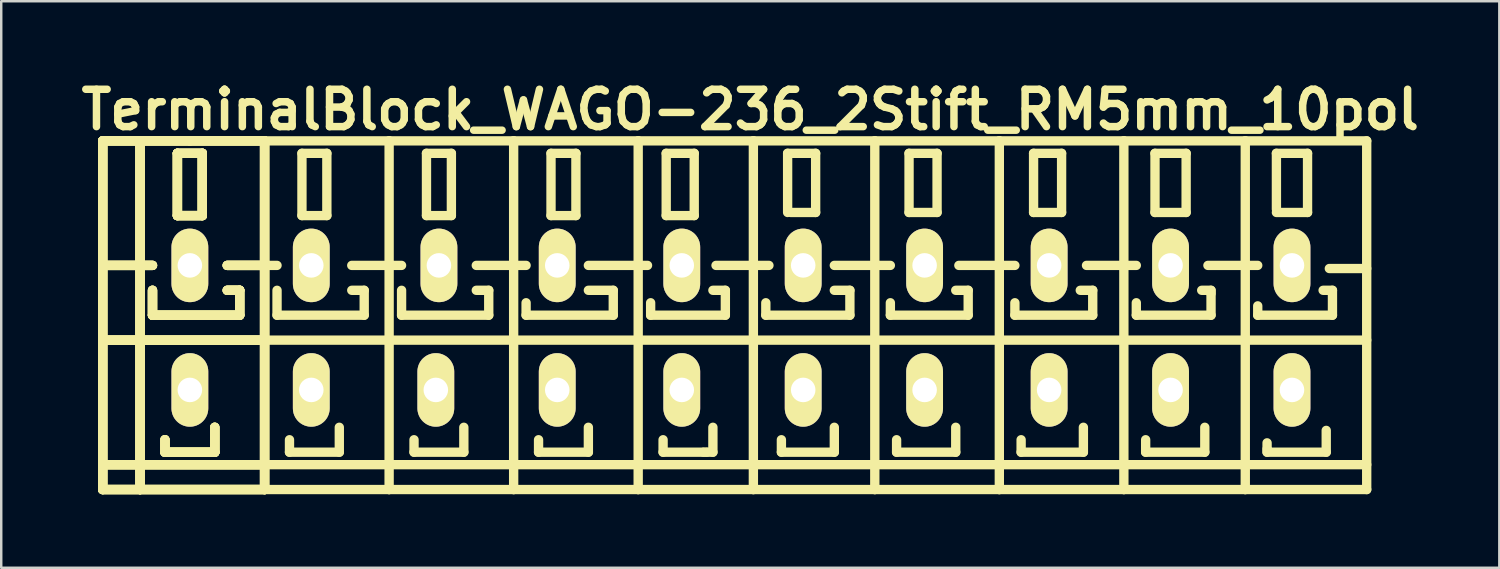
<source format=kicad_pcb>
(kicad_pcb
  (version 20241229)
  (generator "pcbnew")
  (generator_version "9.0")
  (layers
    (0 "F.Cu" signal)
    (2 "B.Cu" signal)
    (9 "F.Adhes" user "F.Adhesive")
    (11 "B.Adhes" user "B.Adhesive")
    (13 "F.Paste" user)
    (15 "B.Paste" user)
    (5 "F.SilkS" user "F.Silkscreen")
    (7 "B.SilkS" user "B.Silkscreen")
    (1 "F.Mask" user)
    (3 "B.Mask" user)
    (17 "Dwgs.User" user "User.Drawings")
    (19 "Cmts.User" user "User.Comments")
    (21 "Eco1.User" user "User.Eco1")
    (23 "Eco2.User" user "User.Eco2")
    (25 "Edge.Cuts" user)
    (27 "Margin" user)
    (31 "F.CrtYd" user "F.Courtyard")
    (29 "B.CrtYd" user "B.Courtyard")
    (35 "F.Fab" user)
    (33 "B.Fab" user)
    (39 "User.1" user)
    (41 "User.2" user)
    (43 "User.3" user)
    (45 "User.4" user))
  (footprint "TerminalBlock_WAGO-236_2Stift_RM5mm_10pol"
    (layer "F.Cu")
    (at 27.555 10.316)
    (property "Reference" "TerminalBlock_WAGO-236_2Stift_RM5mm_10pol" (at 0 -8.89 0) (layer "F.SilkS") (effects (font (size 1.524 1.524) (thickness 0.305))))
    (attr through_hole)
    (fp_line (start -26.416 -7.62) (end -24.892 -7.62) (stroke (width 0.381) (type solid)) (layer "F.SilkS"))
    (fp_line (start -26.416 -7.62) (end -24.892 -7.62) (stroke (width 0.381) (type solid)) (layer "F.SilkS"))
    (fp_line (start -26.416 -7.62) (end -24.892 -7.62) (stroke (width 0.381) (type solid)) (layer "F.SilkS"))
    (fp_line (start -26.416 -7.62) (end -24.892 -7.62) (stroke (width 0.381) (type solid)) (layer "F.SilkS"))
    (fp_line (start -26.416 -2.54) (end -24.384 -2.54) (stroke (width 0.381) (type solid)) (layer "F.SilkS"))
    (fp_line (start -26.416 -2.54) (end -24.384 -2.54) (stroke (width 0.381) (type solid)) (layer "F.SilkS"))
    (fp_line (start -26.416 -2.54) (end -24.384 -2.54) (stroke (width 0.381) (type solid)) (layer "F.SilkS"))
    (fp_line (start -26.416 -2.54) (end -24.384 -2.54) (stroke (width 0.381) (type solid)) (layer "F.SilkS"))
    (fp_line (start -26.416 0.508) (end -19.812 0.508) (stroke (width 0.381) (type solid)) (layer "F.SilkS"))
    (fp_line (start -26.416 0.508) (end -19.812 0.508) (stroke (width 0.381) (type solid)) (layer "F.SilkS"))
    (fp_line (start -26.416 0.508) (end -19.812 0.508) (stroke (width 0.381) (type solid)) (layer "F.SilkS"))
    (fp_line (start -26.416 0.508) (end -19.812 0.508) (stroke (width 0.381) (type solid)) (layer "F.SilkS"))
    (fp_line (start -26.416 5.588) (end -19.812 5.588) (stroke (width 0.381) (type solid)) (layer "F.SilkS"))
    (fp_line (start -26.416 5.588) (end -19.812 5.588) (stroke (width 0.381) (type solid)) (layer "F.SilkS"))
    (fp_line (start -26.416 5.588) (end -19.812 5.588) (stroke (width 0.381) (type solid)) (layer "F.SilkS"))
    (fp_line (start -26.416 5.588) (end -19.812 5.588) (stroke (width 0.381) (type solid)) (layer "F.SilkS"))
    (fp_line (start -26.416 6.604) (end -26.416 -7.62) (stroke (width 0.381) (type solid)) (layer "F.SilkS"))
    (fp_line (start -26.416 6.604) (end -26.416 -7.62) (stroke (width 0.381) (type solid)) (layer "F.SilkS"))
    (fp_line (start -26.416 6.604) (end -26.416 -7.62) (stroke (width 0.381) (type solid)) (layer "F.SilkS"))
    (fp_line (start -26.416 6.604) (end -26.416 -7.62) (stroke (width 0.381) (type solid)) (layer "F.SilkS"))
    (fp_line (start -24.892 -7.62) (end -22.86 -7.62) (stroke (width 0.381) (type solid)) (layer "F.SilkS"))
    (fp_line (start -24.892 -7.62) (end -22.86 -7.62) (stroke (width 0.381) (type solid)) (layer "F.SilkS"))
    (fp_line (start -24.892 -7.62) (end -22.86 -7.62) (stroke (width 0.381) (type solid)) (layer "F.SilkS"))
    (fp_line (start -24.892 -7.62) (end -22.86 -7.62) (stroke (width 0.381) (type solid)) (layer "F.SilkS"))
    (fp_line (start -24.892 6.604) (end -26.416 6.604) (stroke (width 0.381) (type solid)) (layer "F.SilkS"))
    (fp_line (start -24.892 6.604) (end -26.416 6.604) (stroke (width 0.381) (type solid)) (layer "F.SilkS"))
    (fp_line (start -24.892 6.604) (end -26.416 6.604) (stroke (width 0.381) (type solid)) (layer "F.SilkS"))
    (fp_line (start -24.892 6.604) (end -26.416 6.604) (stroke (width 0.381) (type solid)) (layer "F.SilkS"))
    (fp_line (start -24.892 6.604) (end -24.892 -7.62) (stroke (width 0.381) (type solid)) (layer "F.SilkS"))
    (fp_line (start -24.892 6.604) (end -24.892 -7.62) (stroke (width 0.381) (type solid)) (layer "F.SilkS"))
    (fp_line (start -24.892 6.604) (end -24.892 -7.62) (stroke (width 0.381) (type solid)) (layer "F.SilkS"))
    (fp_line (start -24.892 6.604) (end -24.892 -7.62) (stroke (width 0.381) (type solid)) (layer "F.SilkS"))
    (fp_line (start -24.384 -1.524) (end -24.384 -0.508) (stroke (width 0.381) (type solid)) (layer "F.SilkS"))
    (fp_line (start -24.384 -1.524) (end -24.384 -0.508) (stroke (width 0.381) (type solid)) (layer "F.SilkS"))
    (fp_line (start -24.384 -1.524) (end -24.384 -0.508) (stroke (width 0.381) (type solid)) (layer "F.SilkS"))
    (fp_line (start -24.384 -1.524) (end -24.384 -0.508) (stroke (width 0.381) (type solid)) (layer "F.SilkS"))
    (fp_line (start -24.384 -0.508) (end -20.828 -0.508) (stroke (width 0.381) (type solid)) (layer "F.SilkS"))
    (fp_line (start -24.384 -0.508) (end -20.828 -0.508) (stroke (width 0.381) (type solid)) (layer "F.SilkS"))
    (fp_line (start -24.384 -0.508) (end -20.828 -0.508) (stroke (width 0.381) (type solid)) (layer "F.SilkS"))
    (fp_line (start -24.384 -0.508) (end -20.828 -0.508) (stroke (width 0.381) (type solid)) (layer "F.SilkS"))
    (fp_line (start -23.876 4.572) (end -23.876 5.08) (stroke (width 0.381) (type solid)) (layer "F.SilkS"))
    (fp_line (start -23.876 4.572) (end -23.876 5.08) (stroke (width 0.381) (type solid)) (layer "F.SilkS"))
    (fp_line (start -23.876 4.572) (end -23.876 5.08) (stroke (width 0.381) (type solid)) (layer "F.SilkS"))
    (fp_line (start -23.876 4.572) (end -23.876 5.08) (stroke (width 0.381) (type solid)) (layer "F.SilkS"))
    (fp_line (start -23.876 5.08) (end -21.844 5.08) (stroke (width 0.381) (type solid)) (layer "F.SilkS"))
    (fp_line (start -23.876 5.08) (end -21.844 5.08) (stroke (width 0.381) (type solid)) (layer "F.SilkS"))
    (fp_line (start -23.876 5.08) (end -21.844 5.08) (stroke (width 0.381) (type solid)) (layer "F.SilkS"))
    (fp_line (start -23.876 5.08) (end -21.844 5.08) (stroke (width 0.381) (type solid)) (layer "F.SilkS"))
    (fp_line (start -23.368 -7.112) (end -22.352 -7.112) (stroke (width 0.381) (type solid)) (layer "F.SilkS"))
    (fp_line (start -23.368 -7.112) (end -22.352 -7.112) (stroke (width 0.381) (type solid)) (layer "F.SilkS"))
    (fp_line (start -23.368 -7.112) (end -22.352 -7.112) (stroke (width 0.381) (type solid)) (layer "F.SilkS"))
    (fp_line (start -23.368 -7.112) (end -22.352 -7.112) (stroke (width 0.381) (type solid)) (layer "F.SilkS"))
    (fp_line (start -23.368 -4.572) (end -23.368 -7.112) (stroke (width 0.381) (type solid)) (layer "F.SilkS"))
    (fp_line (start -23.368 -4.572) (end -23.368 -7.112) (stroke (width 0.381) (type solid)) (layer "F.SilkS"))
    (fp_line (start -23.368 -4.572) (end -23.368 -7.112) (stroke (width 0.381) (type solid)) (layer "F.SilkS"))
    (fp_line (start -23.368 -4.572) (end -23.368 -7.112) (stroke (width 0.381) (type solid)) (layer "F.SilkS"))
    (fp_line (start -22.86 -7.62) (end -19.812 -7.62) (stroke (width 0.381) (type solid)) (layer "F.SilkS"))
    (fp_line (start -22.86 -7.62) (end -19.812 -7.62) (stroke (width 0.381) (type solid)) (layer "F.SilkS"))
    (fp_line (start -22.86 -7.62) (end -19.812 -7.62) (stroke (width 0.381) (type solid)) (layer "F.SilkS"))
    (fp_line (start -22.86 -7.62) (end -19.812 -7.62) (stroke (width 0.381) (type solid)) (layer "F.SilkS"))
    (fp_line (start -22.352 -7.112) (end -22.352 -4.572) (stroke (width 0.381) (type solid)) (layer "F.SilkS"))
    (fp_line (start -22.352 -7.112) (end -22.352 -4.572) (stroke (width 0.381) (type solid)) (layer "F.SilkS"))
    (fp_line (start -22.352 -7.112) (end -22.352 -4.572) (stroke (width 0.381) (type solid)) (layer "F.SilkS"))
    (fp_line (start -22.352 -7.112) (end -22.352 -4.572) (stroke (width 0.381) (type solid)) (layer "F.SilkS"))
    (fp_line (start -22.352 -4.572) (end -23.368 -4.572) (stroke (width 0.381) (type solid)) (layer "F.SilkS"))
    (fp_line (start -22.352 -4.572) (end -23.368 -4.572) (stroke (width 0.381) (type solid)) (layer "F.SilkS"))
    (fp_line (start -22.352 -4.572) (end -23.368 -4.572) (stroke (width 0.381) (type solid)) (layer "F.SilkS"))
    (fp_line (start -22.352 -4.572) (end -23.368 -4.572) (stroke (width 0.381) (type solid)) (layer "F.SilkS"))
    (fp_line (start -21.844 5.08) (end -21.844 4.064) (stroke (width 0.381) (type solid)) (layer "F.SilkS"))
    (fp_line (start -21.844 5.08) (end -21.844 4.064) (stroke (width 0.381) (type solid)) (layer "F.SilkS"))
    (fp_line (start -21.844 5.08) (end -21.844 4.064) (stroke (width 0.381) (type solid)) (layer "F.SilkS"))
    (fp_line (start -21.844 5.08) (end -21.844 4.064) (stroke (width 0.381) (type solid)) (layer "F.SilkS"))
    (fp_line (start -21.336 -2.54) (end -19.812 -2.54) (stroke (width 0.381) (type solid)) (layer "F.SilkS"))
    (fp_line (start -21.336 -2.54) (end -19.812 -2.54) (stroke (width 0.381) (type solid)) (layer "F.SilkS"))
    (fp_line (start -21.336 -2.54) (end -19.812 -2.54) (stroke (width 0.381) (type solid)) (layer "F.SilkS"))
    (fp_line (start -21.336 -2.54) (end -19.812 -2.54) (stroke (width 0.381) (type solid)) (layer "F.SilkS"))
    (fp_line (start -20.828 -1.524) (end -21.336 -1.524) (stroke (width 0.381) (type solid)) (layer "F.SilkS"))
    (fp_line (start -20.828 -1.524) (end -21.336 -1.524) (stroke (width 0.381) (type solid)) (layer "F.SilkS"))
    (fp_line (start -20.828 -1.524) (end -21.336 -1.524) (stroke (width 0.381) (type solid)) (layer "F.SilkS"))
    (fp_line (start -20.828 -1.524) (end -21.336 -1.524) (stroke (width 0.381) (type solid)) (layer "F.SilkS"))
    (fp_line (start -20.828 -0.508) (end -20.828 -1.524) (stroke (width 0.381) (type solid)) (layer "F.SilkS"))
    (fp_line (start -20.828 -0.508) (end -20.828 -1.524) (stroke (width 0.381) (type solid)) (layer "F.SilkS"))
    (fp_line (start -20.828 -0.508) (end -20.828 -1.524) (stroke (width 0.381) (type solid)) (layer "F.SilkS"))
    (fp_line (start -20.828 -0.508) (end -20.828 -1.524) (stroke (width 0.381) (type solid)) (layer "F.SilkS"))
    (fp_line (start -19.812 -7.62) (end -19.812 6.604) (stroke (width 0.381) (type solid)) (layer "F.SilkS"))
    (fp_line (start -19.812 -7.62) (end -19.812 6.604) (stroke (width 0.381) (type solid)) (layer "F.SilkS"))
    (fp_line (start -19.812 -7.62) (end -19.812 6.604) (stroke (width 0.381) (type solid)) (layer "F.SilkS"))
    (fp_line (start -19.812 -7.62) (end -19.812 6.604) (stroke (width 0.381) (type solid)) (layer "F.SilkS"))
    (fp_line (start -19.812 -2.54) (end -19.304 -2.54) (stroke (width 0.381) (type solid)) (layer "F.SilkS"))
    (fp_line (start -19.812 0.508) (end -14.732 0.508) (stroke (width 0.381) (type solid)) (layer "F.SilkS"))
    (fp_line (start -19.812 5.588) (end -14.732 5.588) (stroke (width 0.381) (type solid)) (layer "F.SilkS"))
    (fp_line (start -19.812 6.604) (end -24.892 6.604) (stroke (width 0.381) (type solid)) (layer "F.SilkS"))
    (fp_line (start -19.812 6.604) (end -24.892 6.604) (stroke (width 0.381) (type solid)) (layer "F.SilkS"))
    (fp_line (start -19.812 6.604) (end -24.892 6.604) (stroke (width 0.381) (type solid)) (layer "F.SilkS"))
    (fp_line (start -19.812 6.604) (end -24.892 6.604) (stroke (width 0.381) (type solid)) (layer "F.SilkS"))
    (fp_line (start -19.812 6.604) (end -14.732 6.604) (stroke (width 0.381) (type solid)) (layer "F.SilkS"))
    (fp_line (start -19.304 -1.524) (end -19.304 -0.508) (stroke (width 0.381) (type solid)) (layer "F.SilkS"))
    (fp_line (start -19.304 -0.508) (end -15.748 -0.508) (stroke (width 0.381) (type solid)) (layer "F.SilkS"))
    (fp_line (start -18.796 4.572) (end -18.796 5.08) (stroke (width 0.381) (type solid)) (layer "F.SilkS"))
    (fp_line (start -18.796 5.08) (end -16.764 5.08) (stroke (width 0.381) (type solid)) (layer "F.SilkS"))
    (fp_line (start -18.288 -7.112) (end -18.288 -4.572) (stroke (width 0.381) (type solid)) (layer "F.SilkS"))
    (fp_line (start -18.288 -4.572) (end -17.272 -4.572) (stroke (width 0.381) (type solid)) (layer "F.SilkS"))
    (fp_line (start -17.272 -7.112) (end -18.288 -7.112) (stroke (width 0.381) (type solid)) (layer "F.SilkS"))
    (fp_line (start -17.272 -4.572) (end -17.272 -7.112) (stroke (width 0.381) (type solid)) (layer "F.SilkS"))
    (fp_line (start -16.764 5.08) (end -16.764 4.064) (stroke (width 0.381) (type solid)) (layer "F.SilkS"))
    (fp_line (start -16.256 -2.54) (end -14.732 -2.54) (stroke (width 0.381) (type solid)) (layer "F.SilkS"))
    (fp_line (start -15.748 -1.524) (end -16.256 -1.524) (stroke (width 0.381) (type solid)) (layer "F.SilkS"))
    (fp_line (start -15.748 -0.508) (end -15.748 -1.524) (stroke (width 0.381) (type solid)) (layer "F.SilkS"))
    (fp_line (start -14.732 -7.62) (end -19.812 -7.62) (stroke (width 0.381) (type solid)) (layer "F.SilkS"))
    (fp_line (start -14.732 -2.54) (end -14.224 -2.54) (stroke (width 0.381) (type solid)) (layer "F.SilkS"))
    (fp_line (start -14.732 0.508) (end -9.652 0.508) (stroke (width 0.381) (type solid)) (layer "F.SilkS"))
    (fp_line (start -14.732 5.588) (end -9.652 5.588) (stroke (width 0.381) (type solid)) (layer "F.SilkS"))
    (fp_line (start -14.732 6.604) (end -14.732 -7.62) (stroke (width 0.381) (type solid)) (layer "F.SilkS"))
    (fp_line (start -14.732 6.604) (end -9.652 6.604) (stroke (width 0.381) (type solid)) (layer "F.SilkS"))
    (fp_line (start -14.224 -1.524) (end -14.224 -0.508) (stroke (width 0.381) (type solid)) (layer "F.SilkS"))
    (fp_line (start -14.224 -0.508) (end -10.668 -0.508) (stroke (width 0.381) (type solid)) (layer "F.SilkS"))
    (fp_line (start -13.716 4.572) (end -13.716 5.08) (stroke (width 0.381) (type solid)) (layer "F.SilkS"))
    (fp_line (start -13.716 5.08) (end -11.684 5.08) (stroke (width 0.381) (type solid)) (layer "F.SilkS"))
    (fp_line (start -13.208 -7.112) (end -13.208 -4.572) (stroke (width 0.381) (type solid)) (layer "F.SilkS"))
    (fp_line (start -13.208 -4.572) (end -12.192 -4.572) (stroke (width 0.381) (type solid)) (layer "F.SilkS"))
    (fp_line (start -12.192 -7.112) (end -13.208 -7.112) (stroke (width 0.381) (type solid)) (layer "F.SilkS"))
    (fp_line (start -12.192 -4.572) (end -12.192 -7.112) (stroke (width 0.381) (type solid)) (layer "F.SilkS"))
    (fp_line (start -11.684 5.08) (end -11.684 4.064) (stroke (width 0.381) (type solid)) (layer "F.SilkS"))
    (fp_line (start -11.176 -2.54) (end -9.652 -2.54) (stroke (width 0.381) (type solid)) (layer "F.SilkS"))
    (fp_line (start -10.668 -1.524) (end -11.176 -1.524) (stroke (width 0.381) (type solid)) (layer "F.SilkS"))
    (fp_line (start -10.668 -0.508) (end -10.668 -1.524) (stroke (width 0.381) (type solid)) (layer "F.SilkS"))
    (fp_line (start -9.652 -7.62) (end -14.732 -7.62) (stroke (width 0.381) (type solid)) (layer "F.SilkS"))
    (fp_line (start -9.652 -2.54) (end -9.144 -2.54) (stroke (width 0.381) (type solid)) (layer "F.SilkS"))
    (fp_line (start -9.652 0.508) (end -4.572 0.508) (stroke (width 0.381) (type solid)) (layer "F.SilkS"))
    (fp_line (start -9.652 5.588) (end -4.572 5.588) (stroke (width 0.381) (type solid)) (layer "F.SilkS"))
    (fp_line (start -9.652 6.604) (end -9.652 -7.62) (stroke (width 0.381) (type solid)) (layer "F.SilkS"))
    (fp_line (start -9.652 6.604) (end -4.572 6.604) (stroke (width 0.381) (type solid)) (layer "F.SilkS"))
    (fp_line (start -9.144 -1.016) (end -9.144 -0.508) (stroke (width 0.381) (type solid)) (layer "F.SilkS"))
    (fp_line (start -9.144 -0.508) (end -5.588 -0.508) (stroke (width 0.381) (type solid)) (layer "F.SilkS"))
    (fp_line (start -8.636 4.572) (end -8.636 5.08) (stroke (width 0.381) (type solid)) (layer "F.SilkS"))
    (fp_line (start -8.636 5.08) (end -6.604 5.08) (stroke (width 0.381) (type solid)) (layer "F.SilkS"))
    (fp_line (start -8.128 -7.112) (end -8.128 -4.572) (stroke (width 0.381) (type solid)) (layer "F.SilkS"))
    (fp_line (start -8.128 -4.572) (end -7.112 -4.572) (stroke (width 0.381) (type solid)) (layer "F.SilkS"))
    (fp_line (start -7.112 -7.112) (end -8.128 -7.112) (stroke (width 0.381) (type solid)) (layer "F.SilkS"))
    (fp_line (start -7.112 -4.572) (end -7.112 -7.112) (stroke (width 0.381) (type solid)) (layer "F.SilkS"))
    (fp_line (start -6.604 -2.54) (end -4.572 -2.54) (stroke (width 0.381) (type solid)) (layer "F.SilkS"))
    (fp_line (start -6.604 5.08) (end -6.604 4.064) (stroke (width 0.381) (type solid)) (layer "F.SilkS"))
    (fp_line (start -5.588 -1.524) (end -6.604 -1.524) (stroke (width 0.381) (type solid)) (layer "F.SilkS"))
    (fp_line (start -5.588 -0.508) (end -5.588 -1.524) (stroke (width 0.381) (type solid)) (layer "F.SilkS"))
    (fp_line (start -4.699 -2.54) (end -4.191 -2.54) (stroke (width 0.381) (type solid)) (layer "F.SilkS"))
    (fp_line (start -4.572 -7.62) (end -9.652 -7.62) (stroke (width 0.381) (type solid)) (layer "F.SilkS"))
    (fp_line (start -4.572 0.508) (end 0.127 0.508) (stroke (width 0.381) (type solid)) (layer "F.SilkS"))
    (fp_line (start -4.572 5.588) (end 0.127 5.588) (stroke (width 0.381) (type solid)) (layer "F.SilkS"))
    (fp_line (start -4.572 6.604) (end -4.572 -7.62) (stroke (width 0.381) (type solid)) (layer "F.SilkS"))
    (fp_line (start -4.572 6.604) (end 0.127 6.604) (stroke (width 0.381) (type solid)) (layer "F.SilkS"))
    (fp_line (start -4.064 -1.016) (end -4.064 -0.508) (stroke (width 0.381) (type solid)) (layer "F.SilkS"))
    (fp_line (start -4.064 -0.508) (end -1.016 -0.508) (stroke (width 0.381) (type solid)) (layer "F.SilkS"))
    (fp_line (start -3.556 4.572) (end -3.556 5.08) (stroke (width 0.381) (type solid)) (layer "F.SilkS"))
    (fp_line (start -3.556 5.08) (end -1.905 5.08) (stroke (width 0.381) (type solid)) (layer "F.SilkS"))
    (fp_line (start -3.429 -7.112) (end -2.286 -7.112) (stroke (width 0.381) (type solid)) (layer "F.SilkS"))
    (fp_line (start -3.429 -4.572) (end -3.429 -7.112) (stroke (width 0.381) (type solid)) (layer "F.SilkS"))
    (fp_line (start -2.286 -7.112) (end -2.286 -4.572) (stroke (width 0.381) (type solid)) (layer "F.SilkS"))
    (fp_line (start -2.286 -4.572) (end -3.429 -4.572) (stroke (width 0.381) (type solid)) (layer "F.SilkS"))
    (fp_line (start -1.905 5.08) (end -1.778 5.08) (stroke (width 0.381) (type solid)) (layer "F.SilkS"))
    (fp_line (start -1.778 5.08) (end -1.524 5.08) (stroke (width 0.381) (type solid)) (layer "F.SilkS"))
    (fp_line (start -1.524 5.08) (end -1.524 4.064) (stroke (width 0.381) (type solid)) (layer "F.SilkS"))
    (fp_line (start -1.397 -2.54) (end 0.127 -2.54) (stroke (width 0.381) (type solid)) (layer "F.SilkS"))
    (fp_line (start -1.016 -1.524) (end -1.524 -1.524) (stroke (width 0.381) (type solid)) (layer "F.SilkS"))
    (fp_line (start -1.016 -0.508) (end -1.016 -1.524) (stroke (width 0.381) (type solid)) (layer "F.SilkS"))
    (fp_line (start 0.127 -7.62) (end -4.572 -7.62) (stroke (width 0.381) (type solid)) (layer "F.SilkS"))
    (fp_line (start 0.127 -2.54) (end 0.762 -2.54) (stroke (width 0.381) (type solid)) (layer "F.SilkS"))
    (fp_line (start 0.127 0.508) (end 5.08 0.508) (stroke (width 0.381) (type solid)) (layer "F.SilkS"))
    (fp_line (start 0.127 5.588) (end 5.08 5.588) (stroke (width 0.381) (type solid)) (layer "F.SilkS"))
    (fp_line (start 0.127 6.604) (end 0.127 -7.62) (stroke (width 0.381) (type solid)) (layer "F.SilkS"))
    (fp_line (start 0.127 6.604) (end 5.08 6.604) (stroke (width 0.381) (type solid)) (layer "F.SilkS"))
    (fp_line (start 0.635 -1.016) (end 0.635 -0.508) (stroke (width 0.381) (type solid)) (layer "F.SilkS"))
    (fp_line (start 0.635 -0.508) (end 4.064 -0.508) (stroke (width 0.381) (type solid)) (layer "F.SilkS"))
    (fp_line (start 1.27 4.572) (end 1.27 5.08) (stroke (width 0.381) (type solid)) (layer "F.SilkS"))
    (fp_line (start 1.27 5.08) (end 3.429 5.08) (stroke (width 0.381) (type solid)) (layer "F.SilkS"))
    (fp_line (start 1.524 -7.112) (end 1.524 -4.699) (stroke (width 0.381) (type solid)) (layer "F.SilkS"))
    (fp_line (start 1.651 -4.699) (end 2.667 -4.699) (stroke (width 0.381) (type solid)) (layer "F.SilkS"))
    (fp_line (start 2.667 -7.112) (end 1.524 -7.112) (stroke (width 0.381) (type solid)) (layer "F.SilkS"))
    (fp_line (start 2.667 -4.699) (end 2.667 -7.112) (stroke (width 0.381) (type solid)) (layer "F.SilkS"))
    (fp_line (start 3.429 -2.54) (end 5.08 -2.54) (stroke (width 0.381) (type solid)) (layer "F.SilkS"))
    (fp_line (start 3.429 5.08) (end 3.429 4.064) (stroke (width 0.381) (type solid)) (layer "F.SilkS"))
    (fp_line (start 4.064 -1.524) (end 3.429 -1.524) (stroke (width 0.381) (type solid)) (layer "F.SilkS"))
    (fp_line (start 4.064 -0.508) (end 4.064 -1.524) (stroke (width 0.381) (type solid)) (layer "F.SilkS"))
    (fp_line (start 5.08 -7.62) (end 0.127 -7.62) (stroke (width 0.381) (type solid)) (layer "F.SilkS"))
    (fp_line (start 5.08 -2.54) (end 5.715 -2.54) (stroke (width 0.381) (type solid)) (layer "F.SilkS"))
    (fp_line (start 5.08 0.508) (end 10.16 0.508) (stroke (width 0.381) (type solid)) (layer "F.SilkS"))
    (fp_line (start 5.08 5.588) (end 10.16 5.588) (stroke (width 0.381) (type solid)) (layer "F.SilkS"))
    (fp_line (start 5.08 6.604) (end 5.08 -7.62) (stroke (width 0.381) (type solid)) (layer "F.SilkS"))
    (fp_line (start 5.08 6.604) (end 10.16 6.604) (stroke (width 0.381) (type solid)) (layer "F.SilkS"))
    (fp_line (start 5.715 -1.016) (end 5.715 -0.508) (stroke (width 0.381) (type solid)) (layer "F.SilkS"))
    (fp_line (start 5.715 -0.508) (end 8.89 -0.508) (stroke (width 0.381) (type solid)) (layer "F.SilkS"))
    (fp_line (start 5.969 4.572) (end 5.969 5.08) (stroke (width 0.381) (type solid)) (layer "F.SilkS"))
    (fp_line (start 5.969 5.08) (end 8.382 5.08) (stroke (width 0.381) (type solid)) (layer "F.SilkS"))
    (fp_line (start 6.477 -7.112) (end 6.477 -4.699) (stroke (width 0.381) (type solid)) (layer "F.SilkS"))
    (fp_line (start 6.477 -4.699) (end 7.62 -4.699) (stroke (width 0.381) (type solid)) (layer "F.SilkS"))
    (fp_line (start 7.62 -7.112) (end 6.477 -7.112) (stroke (width 0.381) (type solid)) (layer "F.SilkS"))
    (fp_line (start 7.62 -4.699) (end 7.62 -7.112) (stroke (width 0.381) (type solid)) (layer "F.SilkS"))
    (fp_line (start 8.382 5.08) (end 8.382 4.064) (stroke (width 0.381) (type solid)) (layer "F.SilkS"))
    (fp_line (start 8.509 -2.54) (end 10.16 -2.54) (stroke (width 0.381) (type solid)) (layer "F.SilkS"))
    (fp_line (start 8.89 -1.524) (end 8.382 -1.524) (stroke (width 0.381) (type solid)) (layer "F.SilkS"))
    (fp_line (start 8.89 -0.508) (end 8.89 -1.524) (stroke (width 0.381) (type solid)) (layer "F.SilkS"))
    (fp_line (start 10.16 -7.62) (end 5.08 -7.62) (stroke (width 0.381) (type solid)) (layer "F.SilkS"))
    (fp_line (start 10.16 -2.54) (end 10.795 -2.54) (stroke (width 0.381) (type solid)) (layer "F.SilkS"))
    (fp_line (start 10.16 0.508) (end 15.24 0.508) (stroke (width 0.381) (type solid)) (layer "F.SilkS"))
    (fp_line (start 10.16 5.588) (end 15.24 5.588) (stroke (width 0.381) (type solid)) (layer "F.SilkS"))
    (fp_line (start 10.16 6.604) (end 10.16 -7.62) (stroke (width 0.381) (type solid)) (layer "F.SilkS"))
    (fp_line (start 10.16 6.604) (end 15.24 6.604) (stroke (width 0.381) (type solid)) (layer "F.SilkS"))
    (fp_line (start 10.795 -1.016) (end 10.795 -0.508) (stroke (width 0.381) (type solid)) (layer "F.SilkS"))
    (fp_line (start 10.795 -0.508) (end 13.97 -0.508) (stroke (width 0.381) (type solid)) (layer "F.SilkS"))
    (fp_line (start 11.049 4.572) (end 11.049 5.08) (stroke (width 0.381) (type solid)) (layer "F.SilkS"))
    (fp_line (start 11.049 5.08) (end 13.589 5.08) (stroke (width 0.381) (type solid)) (layer "F.SilkS"))
    (fp_line (start 11.557 -7.112) (end 11.557 -4.699) (stroke (width 0.381) (type solid)) (layer "F.SilkS"))
    (fp_line (start 11.557 -4.699) (end 12.7 -4.699) (stroke (width 0.381) (type solid)) (layer "F.SilkS"))
    (fp_line (start 12.7 -7.112) (end 11.557 -7.112) (stroke (width 0.381) (type solid)) (layer "F.SilkS"))
    (fp_line (start 12.7 -4.699) (end 12.7 -7.112) (stroke (width 0.381) (type solid)) (layer "F.SilkS"))
    (fp_line (start 13.589 5.08) (end 13.589 4.064) (stroke (width 0.381) (type solid)) (layer "F.SilkS"))
    (fp_line (start 13.716 -2.54) (end 15.24 -2.54) (stroke (width 0.381) (type solid)) (layer "F.SilkS"))
    (fp_line (start 13.97 -1.524) (end 13.462 -1.524) (stroke (width 0.381) (type solid)) (layer "F.SilkS"))
    (fp_line (start 13.97 -0.508) (end 13.97 -1.524) (stroke (width 0.381) (type solid)) (layer "F.SilkS"))
    (fp_line (start 15.24 -7.62) (end 10.16 -7.62) (stroke (width 0.381) (type solid)) (layer "F.SilkS"))
    (fp_line (start 15.24 -2.54) (end 15.748 -2.54) (stroke (width 0.381) (type solid)) (layer "F.SilkS"))
    (fp_line (start 15.24 0.508) (end 20.193 0.508) (stroke (width 0.381) (type solid)) (layer "F.SilkS"))
    (fp_line (start 15.24 5.588) (end 20.193 5.588) (stroke (width 0.381) (type solid)) (layer "F.SilkS"))
    (fp_line (start 15.24 6.604) (end 15.24 -7.62) (stroke (width 0.381) (type solid)) (layer "F.SilkS"))
    (fp_line (start 15.24 6.604) (end 20.193 6.604) (stroke (width 0.381) (type solid)) (layer "F.SilkS"))
    (fp_line (start 15.748 -1.016) (end 15.748 -0.508) (stroke (width 0.381) (type solid)) (layer "F.SilkS"))
    (fp_line (start 15.748 -0.508) (end 18.796 -0.508) (stroke (width 0.381) (type solid)) (layer "F.SilkS"))
    (fp_line (start 16.129 4.572) (end 16.129 5.08) (stroke (width 0.381) (type solid)) (layer "F.SilkS"))
    (fp_line (start 16.129 5.08) (end 18.542 5.08) (stroke (width 0.381) (type solid)) (layer "F.SilkS"))
    (fp_line (start 16.51 -7.112) (end 16.51 -4.699) (stroke (width 0.381) (type solid)) (layer "F.SilkS"))
    (fp_line (start 16.51 -4.699) (end 17.78 -4.699) (stroke (width 0.381) (type solid)) (layer "F.SilkS"))
    (fp_line (start 17.78 -7.112) (end 16.51 -7.112) (stroke (width 0.381) (type solid)) (layer "F.SilkS"))
    (fp_line (start 17.78 -4.699) (end 17.78 -7.112) (stroke (width 0.381) (type solid)) (layer "F.SilkS"))
    (fp_line (start 18.542 5.08) (end 18.542 4.064) (stroke (width 0.381) (type solid)) (layer "F.SilkS"))
    (fp_line (start 18.669 -2.54) (end 20.193 -2.54) (stroke (width 0.381) (type solid)) (layer "F.SilkS"))
    (fp_line (start 18.796 -1.524) (end 18.415 -1.524) (stroke (width 0.381) (type solid)) (layer "F.SilkS"))
    (fp_line (start 18.796 -1.397) (end 18.796 -1.524) (stroke (width 0.381) (type solid)) (layer "F.SilkS"))
    (fp_line (start 18.796 -0.508) (end 18.796 -1.397) (stroke (width 0.381) (type solid)) (layer "F.SilkS"))
    (fp_line (start 20.193 -7.62) (end 15.24 -7.62) (stroke (width 0.381) (type solid)) (layer "F.SilkS"))
    (fp_line (start 20.193 -2.54) (end 20.701 -2.54) (stroke (width 0.381) (type solid)) (layer "F.SilkS"))
    (fp_line (start 20.193 0.508) (end 25.146 0.508) (stroke (width 0.381) (type solid)) (layer "F.SilkS"))
    (fp_line (start 20.193 5.588) (end 25.146 5.588) (stroke (width 0.381) (type solid)) (layer "F.SilkS"))
    (fp_line (start 20.193 6.604) (end 20.193 -7.62) (stroke (width 0.381) (type solid)) (layer "F.SilkS"))
    (fp_line (start 20.193 6.604) (end 25.146 6.604) (stroke (width 0.381) (type solid)) (layer "F.SilkS"))
    (fp_line (start 20.701 -0.889) (end 20.701 -0.508) (stroke (width 0.381) (type solid)) (layer "F.SilkS"))
    (fp_line (start 20.701 -0.508) (end 23.749 -0.508) (stroke (width 0.381) (type solid)) (layer "F.SilkS"))
    (fp_line (start 21.082 4.699) (end 21.082 4.953) (stroke (width 0.381) (type solid)) (layer "F.SilkS"))
    (fp_line (start 21.082 4.953) (end 21.082 5.08) (stroke (width 0.381) (type solid)) (layer "F.SilkS"))
    (fp_line (start 21.082 5.08) (end 23.495 5.08) (stroke (width 0.381) (type solid)) (layer "F.SilkS"))
    (fp_line (start 21.463 -7.112) (end 21.463 -4.826) (stroke (width 0.381) (type solid)) (layer "F.SilkS"))
    (fp_line (start 21.463 -4.699) (end 22.733 -4.699) (stroke (width 0.381) (type solid)) (layer "F.SilkS"))
    (fp_line (start 22.733 -7.112) (end 21.463 -7.112) (stroke (width 0.381) (type solid)) (layer "F.SilkS"))
    (fp_line (start 22.733 -4.699) (end 22.733 -7.112) (stroke (width 0.381) (type solid)) (layer "F.SilkS"))
    (fp_line (start 23.495 5.08) (end 23.495 4.191) (stroke (width 0.381) (type solid)) (layer "F.SilkS"))
    (fp_line (start 23.622 -2.413) (end 25.146 -2.413) (stroke (width 0.381) (type solid)) (layer "F.SilkS"))
    (fp_line (start 23.749 -1.524) (end 23.368 -1.524) (stroke (width 0.381) (type solid)) (layer "F.SilkS"))
    (fp_line (start 23.749 -0.508) (end 23.749 -1.524) (stroke (width 0.381) (type solid)) (layer "F.SilkS"))
    (fp_line (start 25.146 -7.62) (end 20.193 -7.62) (stroke (width 0.381) (type solid)) (layer "F.SilkS"))
    (fp_line (start 25.146 6.604) (end 25.146 -7.62) (stroke (width 0.381) (type solid)) (layer "F.SilkS"))
    (pad "1" thru_hole oval (at -22.86 -2.54 90) (size 3 1.501) (drill 1.001) (layers "*.Cu" "*.Mask" "F.SilkS"))
    (pad "1" thru_hole oval (at -22.86 2.54 90) (size 3 1.501) (drill 1.001) (layers "*.Cu" "*.Mask" "F.SilkS"))
    (pad "2" thru_hole oval (at -17.907 -2.54 90) (size 3 1.501) (drill 1.001) (layers "*.Cu" "*.Mask" "F.SilkS"))
    (pad "2" thru_hole oval (at -17.907 2.54 90) (size 3 1.501) (drill 1.001) (layers "*.Cu" "*.Mask" "F.SilkS"))
    (pad "3" thru_hole oval (at -12.827 2.54 90) (size 3 1.501) (drill 1.001) (layers "*.Cu" "*.Mask" "F.SilkS"))
    (pad "3" thru_hole oval (at -12.7 -2.54 90) (size 3 1.501) (drill 1.001) (layers "*.Cu" "*.Mask" "F.SilkS"))
    (pad "4" thru_hole oval (at -7.874 -2.54 90) (size 3 1.501) (drill 1.001) (layers "*.Cu" "*.Mask" "F.SilkS"))
    (pad "4" thru_hole oval (at -7.874 2.54 90) (size 3 1.501) (drill 1.001) (layers "*.Cu" "*.Mask" "F.SilkS"))
    (pad "5" thru_hole oval (at -2.794 -2.54 90) (size 3 1.501) (drill 1.001) (layers "*.Cu" "*.Mask" "F.SilkS"))
    (pad "5" thru_hole oval (at -2.794 2.54 90) (size 3 1.501) (drill 1.001) (layers "*.Cu" "*.Mask" "F.SilkS"))
    (pad "6" thru_hole oval (at 2.159 -2.54 90) (size 3 1.501) (drill 1.001) (layers "*.Cu" "*.Mask" "F.SilkS"))
    (pad "6" thru_hole oval (at 2.159 2.54 90) (size 3 1.501) (drill 1.001) (layers "*.Cu" "*.Mask" "F.SilkS"))
    (pad "7" thru_hole oval (at 7.112 -2.54 90) (size 3 1.501) (drill 1.001) (layers "*.Cu" "*.Mask" "F.SilkS"))
    (pad "7" thru_hole oval (at 7.112 2.54 90) (size 3 1.501) (drill 1.001) (layers "*.Cu" "*.Mask" "F.SilkS"))
    (pad "8" thru_hole oval (at 12.192 -2.54 90) (size 3 1.501) (drill 1.001) (layers "*.Cu" "*.Mask" "F.SilkS"))
    (pad "8" thru_hole oval (at 12.192 2.54 90) (size 3 1.501) (drill 1.001) (layers "*.Cu" "*.Mask" "F.SilkS"))
    (pad "9" thru_hole oval (at 17.145 -2.54 90) (size 3 1.501) (drill 1.001) (layers "*.Cu" "*.Mask" "F.SilkS"))
    (pad "9" thru_hole oval (at 17.145 2.54 90) (size 3 1.501) (drill 1.001) (layers "*.Cu" "*.Mask" "F.SilkS"))
    (pad "10" thru_hole oval (at 22.098 -2.54 90) (size 3 1.501) (drill 1.001) (layers "*.Cu" "*.Mask" "F.SilkS"))
    (pad "10" thru_hole oval (at 22.098 2.54 90) (size 3 1.501) (drill 1.001) (layers "*.Cu" "*.Mask" "F.SilkS")))
  (gr_rect
    (start -3 -3)
    (end 58.111 20.111)
    (stroke (width 0.1) (type default))
    (fill no)
    (layer "Edge.Cuts")))
</source>
